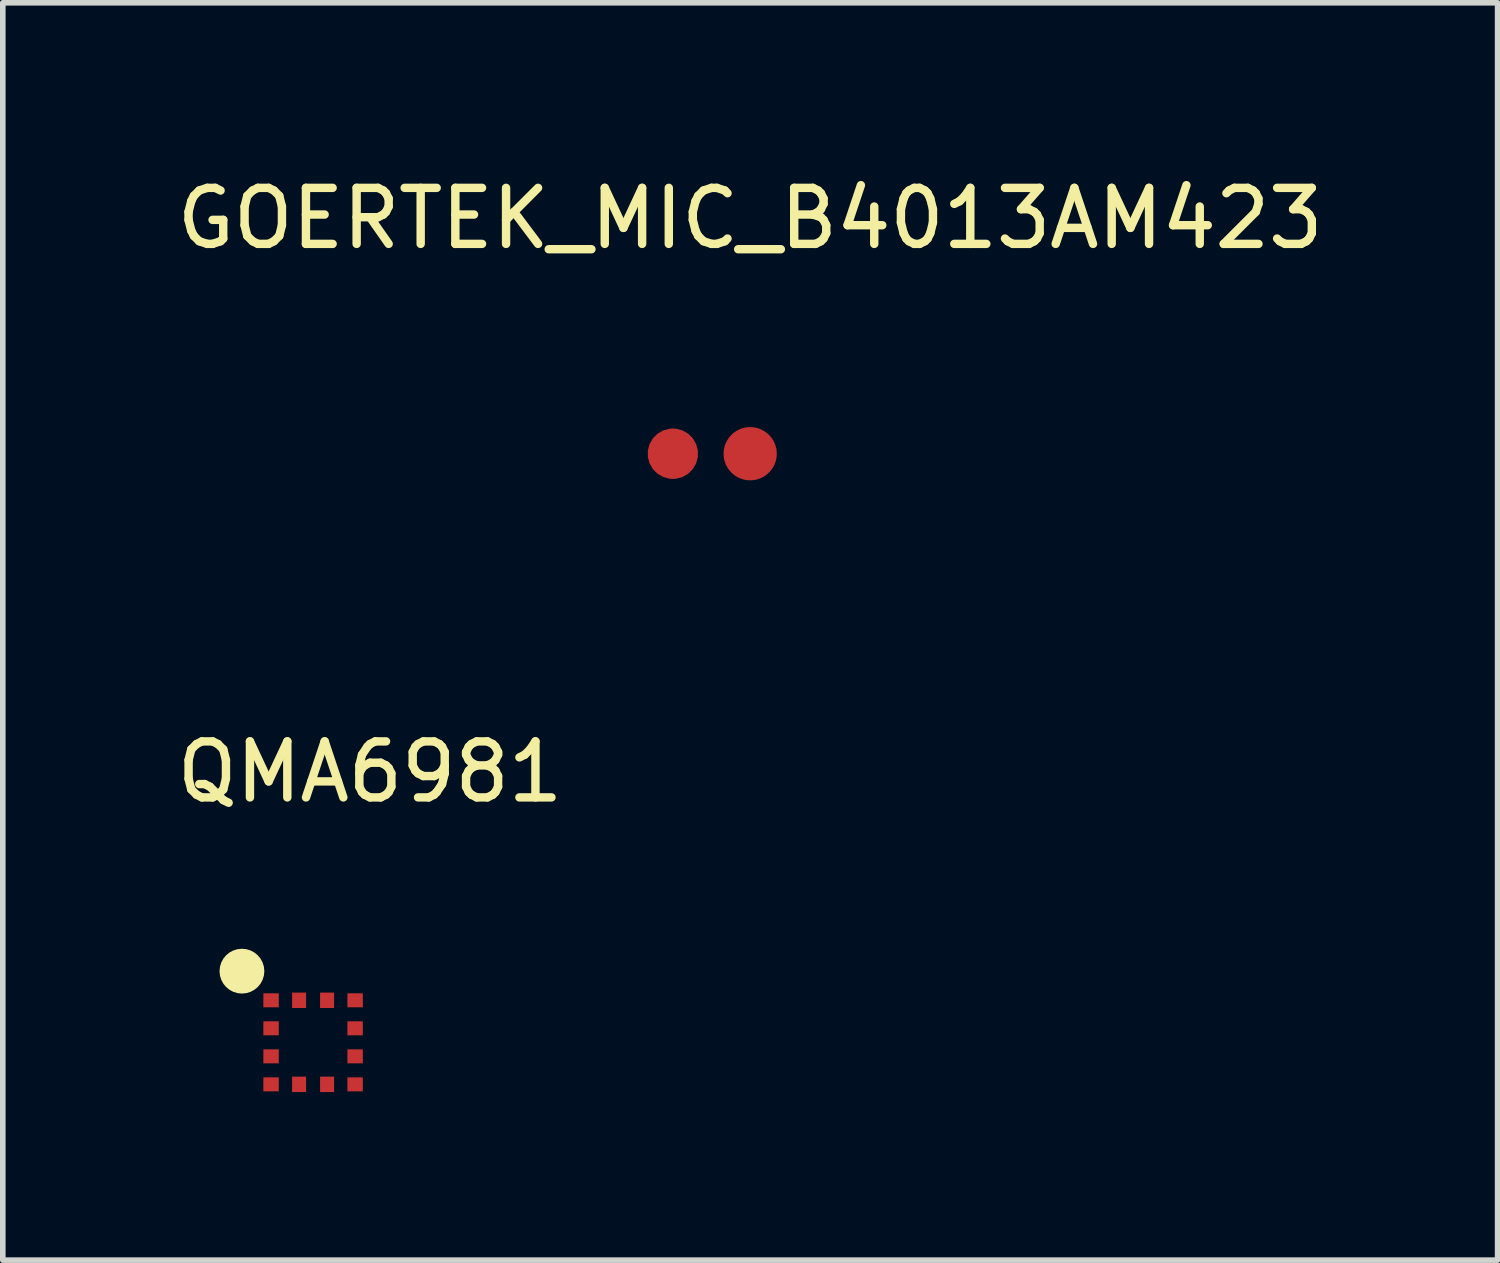
<source format=kicad_pcb>
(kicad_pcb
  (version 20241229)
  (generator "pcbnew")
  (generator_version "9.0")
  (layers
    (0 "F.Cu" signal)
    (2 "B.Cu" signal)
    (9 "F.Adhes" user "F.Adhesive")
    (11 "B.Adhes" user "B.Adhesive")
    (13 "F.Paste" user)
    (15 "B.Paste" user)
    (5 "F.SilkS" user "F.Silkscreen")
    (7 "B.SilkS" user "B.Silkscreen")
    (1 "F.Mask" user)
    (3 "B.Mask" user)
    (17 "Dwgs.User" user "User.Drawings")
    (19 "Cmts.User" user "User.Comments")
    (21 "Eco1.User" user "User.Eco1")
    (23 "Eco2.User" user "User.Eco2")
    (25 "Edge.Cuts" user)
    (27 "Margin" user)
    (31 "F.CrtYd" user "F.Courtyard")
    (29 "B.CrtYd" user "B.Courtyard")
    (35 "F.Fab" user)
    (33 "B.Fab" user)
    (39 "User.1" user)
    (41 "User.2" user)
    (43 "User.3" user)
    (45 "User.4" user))
  (footprint "GOERTEK_MIC_B4013AM423"
    (layer "F.Cu")
    (at 10.339 5.048)
    (property "Reference" "GOERTEK_MIC_B4013AM423" (at 0 -4.2 0) (unlocked yes) (layer "F.SilkS") (effects (font (size 1 1) (thickness 0.15))))
    (attr smd)
    (pad "1" smd custom (at -1.38 0) (size 0.5 0.5) (layers "F.Cu" "F.Mask" "F.Paste") (options (anchor circle)) (primitives (gr_arc (start 0 0) (mid 2.76 0) (end 0 0) (width 0.9))))
    (pad "2" smd circle (at 0 0) (size 0.95 0.95) (layers "F.Cu" "F.Mask" "F.Paste")))
  (footprint "QMA6981"
    (layer "F.Cu")
    (at 2.538 15.553)
    (property "Reference" "QMA6981" (at 1.016 -4.826 0) (layer "F.SilkS") (effects (font (size 1 1) (thickness 0.15))))
    (attr through_hole)
    (fp_circle (center -1.27 -1.27) (end -1.07 -1.27) (stroke (width 0.4) (type solid)) (fill no) (layer "F.SilkS"))
    (pad "1" smd rect (at -0.75 -0.75) (size 0.275 0.25) (layers "F.Cu" "F.Mask" "F.Paste"))
    (pad "2" smd rect (at -0.75 -0.25) (size 0.275 0.25) (layers "F.Cu" "F.Mask" "F.Paste"))
    (pad "3" smd rect (at -0.75 0.25) (size 0.275 0.25) (layers "F.Cu" "F.Mask" "F.Paste"))
    (pad "4" smd rect (at -0.75 0.75) (size 0.275 0.25) (layers "F.Cu" "F.Mask" "F.Paste"))
    (pad "5" smd rect (at -0.25 0.75 90) (size 0.275 0.25) (layers "F.Cu" "F.Mask" "F.Paste"))
    (pad "6" smd rect (at 0.25 0.75 90) (size 0.275 0.25) (layers "F.Cu" "F.Mask" "F.Paste"))
    (pad "7" smd rect (at 0.75 0.75) (size 0.275 0.25) (layers "F.Cu" "F.Mask" "F.Paste"))
    (pad "8" smd rect (at 0.75 0.25) (size 0.275 0.25) (layers "F.Cu" "F.Mask" "F.Paste"))
    (pad "9" smd rect (at 0.75 -0.25) (size 0.275 0.25) (layers "F.Cu" "F.Mask" "F.Paste"))
    (pad "10" smd rect (at 0.75 -0.75) (size 0.275 0.25) (layers "F.Cu" "F.Mask" "F.Paste"))
    (pad "11" smd rect (at 0.25 -0.75 90) (size 0.275 0.25) (layers "F.Cu" "F.Mask" "F.Paste"))
    (pad "12" smd rect (at -0.25 -0.75 90) (size 0.275 0.25) (layers "F.Cu" "F.Mask" "F.Paste")))
  (gr_rect
    (start -3 -3)
    (end 23.679 19.44)
    (stroke (width 0.1) (type default))
    (fill no)
    (layer "Edge.Cuts")))
</source>
